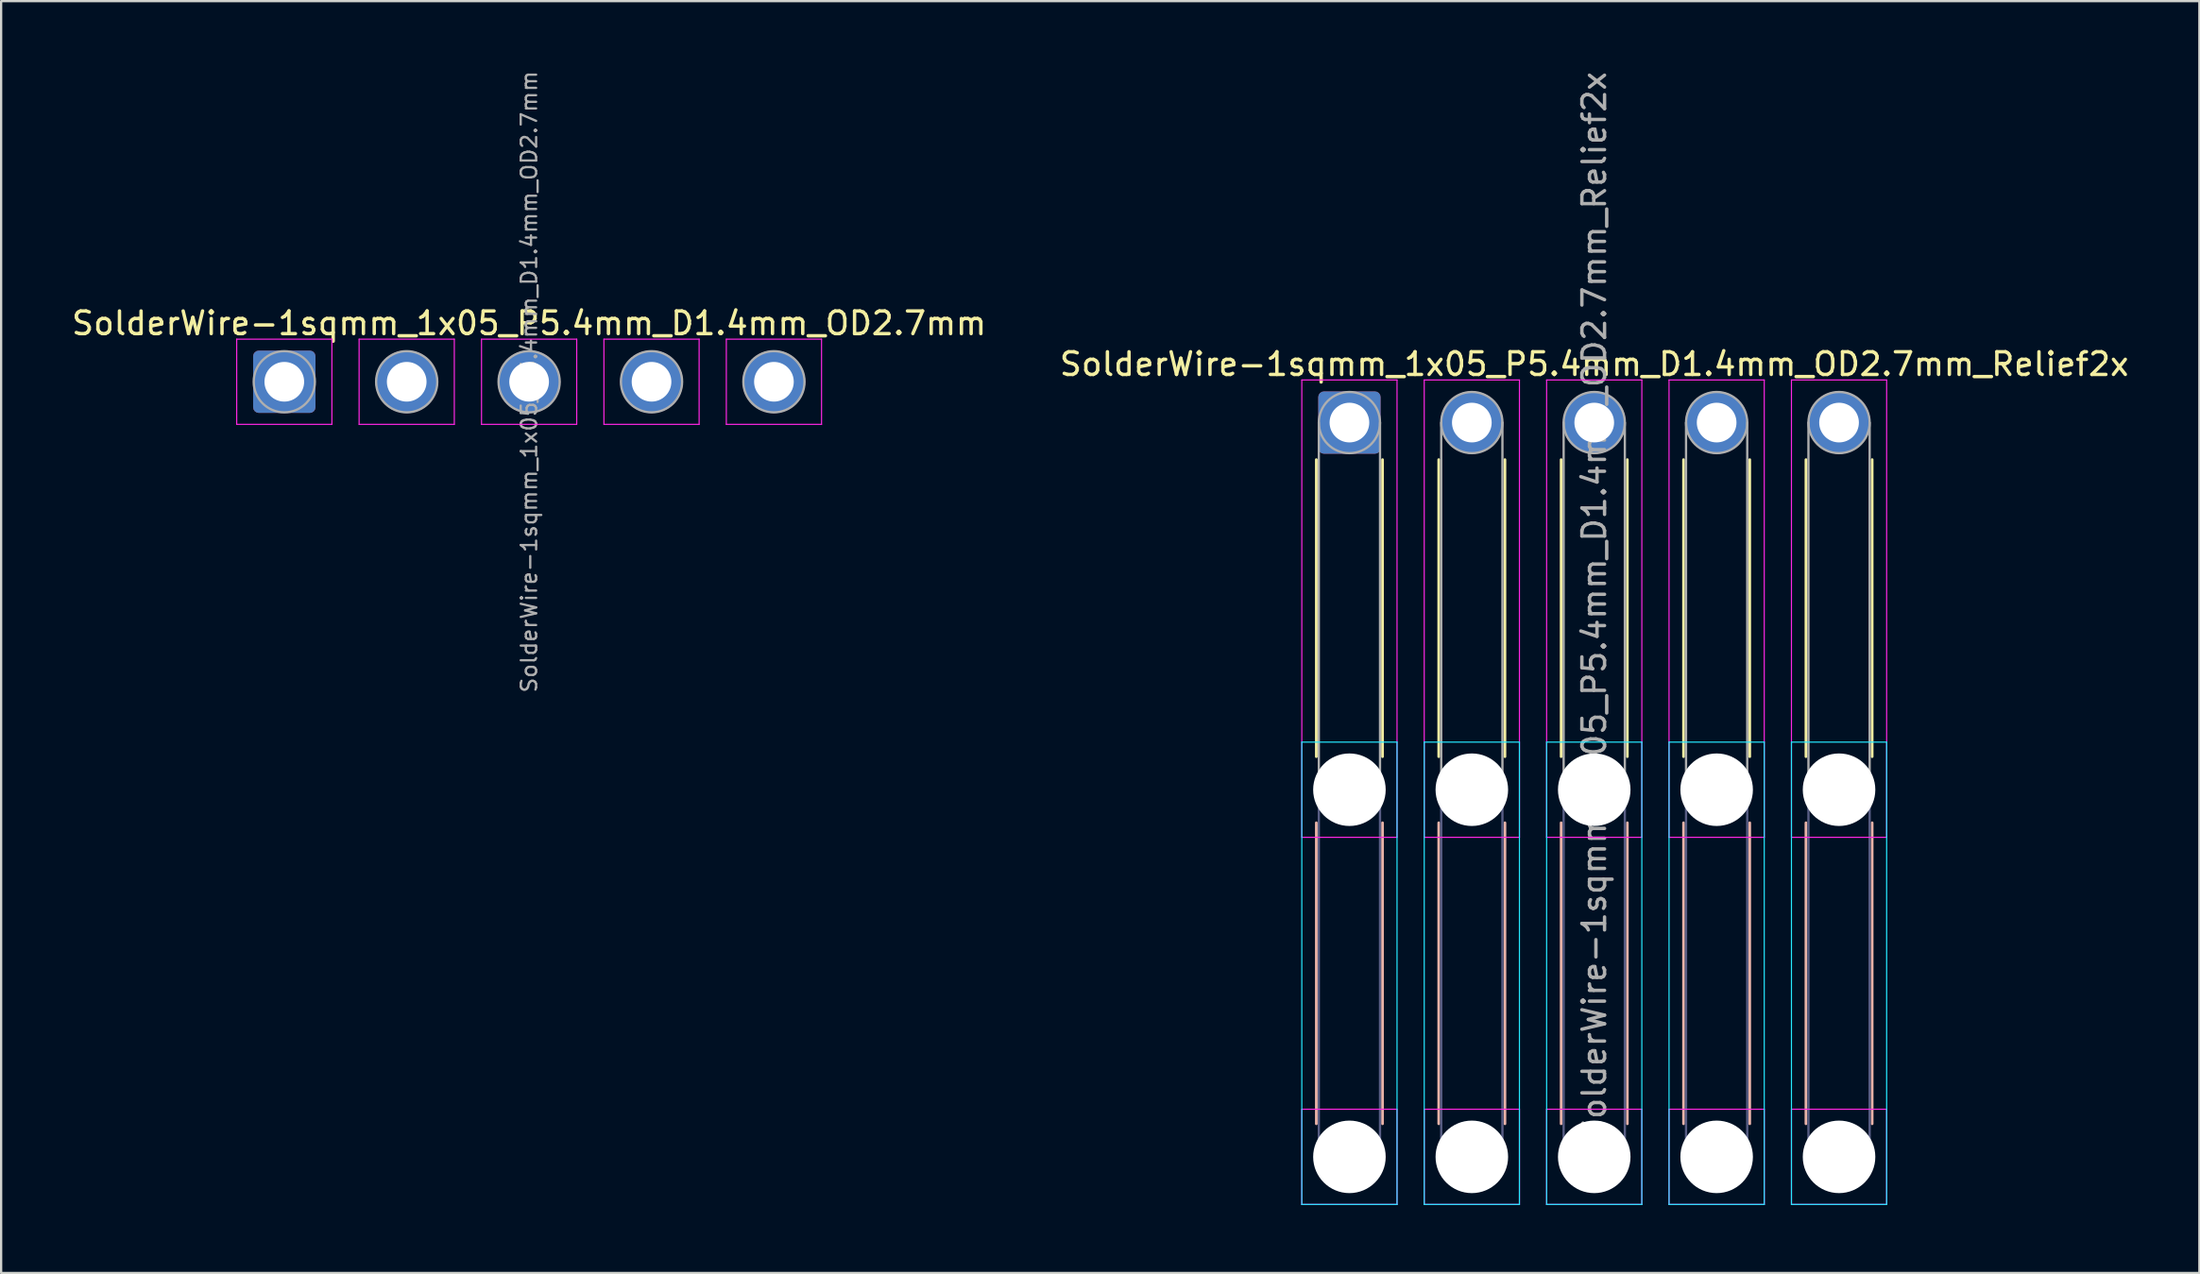
<source format=kicad_pcb>
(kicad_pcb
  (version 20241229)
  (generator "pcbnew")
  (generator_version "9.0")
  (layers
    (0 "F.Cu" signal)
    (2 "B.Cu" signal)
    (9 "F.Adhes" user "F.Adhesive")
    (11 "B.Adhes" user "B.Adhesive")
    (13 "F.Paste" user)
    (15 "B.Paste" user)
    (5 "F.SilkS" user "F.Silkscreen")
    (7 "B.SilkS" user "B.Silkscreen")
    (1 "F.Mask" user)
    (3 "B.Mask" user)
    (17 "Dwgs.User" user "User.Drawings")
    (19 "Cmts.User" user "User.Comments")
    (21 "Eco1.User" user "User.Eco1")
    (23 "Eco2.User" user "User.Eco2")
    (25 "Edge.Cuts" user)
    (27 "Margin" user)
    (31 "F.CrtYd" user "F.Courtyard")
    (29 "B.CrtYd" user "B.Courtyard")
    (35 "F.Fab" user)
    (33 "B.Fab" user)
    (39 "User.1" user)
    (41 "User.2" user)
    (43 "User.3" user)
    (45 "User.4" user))
  (footprint "SolderWire-1sqmm_1x05_P5.4mm_D1.4mm_OD2.7mm_Relief2x"
    (layer "F.Cu")
    (at 56.48 15.596)
    (property "Reference" "SolderWire-1sqmm_1x05_P5.4mm_D1.4mm_OD2.7mm_Relief2x" (at 10.8 -2.58 0) (layer "F.SilkS") (effects (font (size 1 1) (thickness 0.15))))
    (attr exclude_from_pos_files exclude_from_bom)
    (fp_line (start -1.46 1.635) (end -1.46 14.74) (stroke (width 0.12) (type solid)) (layer "F.SilkS"))
    (fp_line (start 1.46 1.635) (end 1.46 14.74) (stroke (width 0.12) (type solid)) (layer "F.SilkS"))
    (fp_line (start 3.94 1.635) (end 3.94 14.74) (stroke (width 0.12) (type solid)) (layer "F.SilkS"))
    (fp_line (start 6.86 1.635) (end 6.86 14.74) (stroke (width 0.12) (type solid)) (layer "F.SilkS"))
    (fp_line (start 9.34 1.635) (end 9.34 14.74) (stroke (width 0.12) (type solid)) (layer "F.SilkS"))
    (fp_line (start 12.26 1.635) (end 12.26 14.74) (stroke (width 0.12) (type solid)) (layer "F.SilkS"))
    (fp_line (start 14.74 1.635) (end 14.74 14.74) (stroke (width 0.12) (type solid)) (layer "F.SilkS"))
    (fp_line (start 17.66 1.635) (end 17.66 14.74) (stroke (width 0.12) (type solid)) (layer "F.SilkS"))
    (fp_line (start 20.14 1.635) (end 20.14 14.74) (stroke (width 0.12) (type solid)) (layer "F.SilkS"))
    (fp_line (start 23.06 1.635) (end 23.06 14.74) (stroke (width 0.12) (type solid)) (layer "F.SilkS"))
    (fp_line (start -1.46 17.66) (end -1.46 30.94) (stroke (width 0.12) (type solid)) (layer "B.SilkS"))
    (fp_line (start 1.46 17.66) (end 1.46 30.94) (stroke (width 0.12) (type solid)) (layer "B.SilkS"))
    (fp_line (start 3.94 17.66) (end 3.94 30.94) (stroke (width 0.12) (type solid)) (layer "B.SilkS"))
    (fp_line (start 6.86 17.66) (end 6.86 30.94) (stroke (width 0.12) (type solid)) (layer "B.SilkS"))
    (fp_line (start 9.34 17.66) (end 9.34 30.94) (stroke (width 0.12) (type solid)) (layer "B.SilkS"))
    (fp_line (start 12.26 17.66) (end 12.26 30.94) (stroke (width 0.12) (type solid)) (layer "B.SilkS"))
    (fp_line (start 14.74 17.66) (end 14.74 30.94) (stroke (width 0.12) (type solid)) (layer "B.SilkS"))
    (fp_line (start 17.66 17.66) (end 17.66 30.94) (stroke (width 0.12) (type solid)) (layer "B.SilkS"))
    (fp_line (start 20.14 17.66) (end 20.14 30.94) (stroke (width 0.12) (type solid)) (layer "B.SilkS"))
    (fp_line (start 23.06 17.66) (end 23.06 30.94) (stroke (width 0.12) (type solid)) (layer "B.SilkS"))
    (fp_line (start -2.1 14.1) (end -2.1 34.5) (stroke (width 0.05) (type solid)) (layer "B.CrtYd"))
    (fp_line (start -2.1 34.5) (end 2.1 34.5) (stroke (width 0.05) (type solid)) (layer "B.CrtYd"))
    (fp_line (start 2.1 14.1) (end -2.1 14.1) (stroke (width 0.05) (type solid)) (layer "B.CrtYd"))
    (fp_line (start 2.1 34.5) (end 2.1 14.1) (stroke (width 0.05) (type solid)) (layer "B.CrtYd"))
    (fp_line (start 3.3 14.1) (end 3.3 34.5) (stroke (width 0.05) (type solid)) (layer "B.CrtYd"))
    (fp_line (start 3.3 34.5) (end 7.5 34.5) (stroke (width 0.05) (type solid)) (layer "B.CrtYd"))
    (fp_line (start 7.5 14.1) (end 3.3 14.1) (stroke (width 0.05) (type solid)) (layer "B.CrtYd"))
    (fp_line (start 7.5 34.5) (end 7.5 14.1) (stroke (width 0.05) (type solid)) (layer "B.CrtYd"))
    (fp_line (start 8.7 14.1) (end 8.7 34.5) (stroke (width 0.05) (type solid)) (layer "B.CrtYd"))
    (fp_line (start 8.7 34.5) (end 12.9 34.5) (stroke (width 0.05) (type solid)) (layer "B.CrtYd"))
    (fp_line (start 12.9 14.1) (end 8.7 14.1) (stroke (width 0.05) (type solid)) (layer "B.CrtYd"))
    (fp_line (start 12.9 34.5) (end 12.9 14.1) (stroke (width 0.05) (type solid)) (layer "B.CrtYd"))
    (fp_line (start 14.1 14.1) (end 14.1 34.5) (stroke (width 0.05) (type solid)) (layer "B.CrtYd"))
    (fp_line (start 14.1 34.5) (end 18.3 34.5) (stroke (width 0.05) (type solid)) (layer "B.CrtYd"))
    (fp_line (start 18.3 14.1) (end 14.1 14.1) (stroke (width 0.05) (type solid)) (layer "B.CrtYd"))
    (fp_line (start 18.3 34.5) (end 18.3 14.1) (stroke (width 0.05) (type solid)) (layer "B.CrtYd"))
    (fp_line (start 19.5 14.1) (end 19.5 34.5) (stroke (width 0.05) (type solid)) (layer "B.CrtYd"))
    (fp_line (start 19.5 34.5) (end 23.7 34.5) (stroke (width 0.05) (type solid)) (layer "B.CrtYd"))
    (fp_line (start 23.7 14.1) (end 19.5 14.1) (stroke (width 0.05) (type solid)) (layer "B.CrtYd"))
    (fp_line (start 23.7 34.5) (end 23.7 14.1) (stroke (width 0.05) (type solid)) (layer "B.CrtYd"))
    (fp_line (start -2.1 -1.88) (end -2.1 18.3) (stroke (width 0.05) (type solid)) (layer "F.CrtYd"))
    (fp_line (start -2.1 18.3) (end 2.1 18.3) (stroke (width 0.05) (type solid)) (layer "F.CrtYd"))
    (fp_line (start -2.1 30.3) (end -2.1 34.5) (stroke (width 0.05) (type solid)) (layer "F.CrtYd"))
    (fp_line (start -2.1 34.5) (end 2.1 34.5) (stroke (width 0.05) (type solid)) (layer "F.CrtYd"))
    (fp_line (start 2.1 -1.88) (end -2.1 -1.88) (stroke (width 0.05) (type solid)) (layer "F.CrtYd"))
    (fp_line (start 2.1 18.3) (end 2.1 -1.88) (stroke (width 0.05) (type solid)) (layer "F.CrtYd"))
    (fp_line (start 2.1 30.3) (end -2.1 30.3) (stroke (width 0.05) (type solid)) (layer "F.CrtYd"))
    (fp_line (start 2.1 34.5) (end 2.1 30.3) (stroke (width 0.05) (type solid)) (layer "F.CrtYd"))
    (fp_line (start 3.3 -1.88) (end 3.3 18.3) (stroke (width 0.05) (type solid)) (layer "F.CrtYd"))
    (fp_line (start 3.3 18.3) (end 7.5 18.3) (stroke (width 0.05) (type solid)) (layer "F.CrtYd"))
    (fp_line (start 3.3 30.3) (end 3.3 34.5) (stroke (width 0.05) (type solid)) (layer "F.CrtYd"))
    (fp_line (start 3.3 34.5) (end 7.5 34.5) (stroke (width 0.05) (type solid)) (layer "F.CrtYd"))
    (fp_line (start 7.5 -1.88) (end 3.3 -1.88) (stroke (width 0.05) (type solid)) (layer "F.CrtYd"))
    (fp_line (start 7.5 18.3) (end 7.5 -1.88) (stroke (width 0.05) (type solid)) (layer "F.CrtYd"))
    (fp_line (start 7.5 30.3) (end 3.3 30.3) (stroke (width 0.05) (type solid)) (layer "F.CrtYd"))
    (fp_line (start 7.5 34.5) (end 7.5 30.3) (stroke (width 0.05) (type solid)) (layer "F.CrtYd"))
    (fp_line (start 8.7 -1.88) (end 8.7 18.3) (stroke (width 0.05) (type solid)) (layer "F.CrtYd"))
    (fp_line (start 8.7 18.3) (end 12.9 18.3) (stroke (width 0.05) (type solid)) (layer "F.CrtYd"))
    (fp_line (start 8.7 30.3) (end 8.7 34.5) (stroke (width 0.05) (type solid)) (layer "F.CrtYd"))
    (fp_line (start 8.7 34.5) (end 12.9 34.5) (stroke (width 0.05) (type solid)) (layer "F.CrtYd"))
    (fp_line (start 12.9 -1.88) (end 8.7 -1.88) (stroke (width 0.05) (type solid)) (layer "F.CrtYd"))
    (fp_line (start 12.9 18.3) (end 12.9 -1.88) (stroke (width 0.05) (type solid)) (layer "F.CrtYd"))
    (fp_line (start 12.9 30.3) (end 8.7 30.3) (stroke (width 0.05) (type solid)) (layer "F.CrtYd"))
    (fp_line (start 12.9 34.5) (end 12.9 30.3) (stroke (width 0.05) (type solid)) (layer "F.CrtYd"))
    (fp_line (start 14.1 -1.88) (end 14.1 18.3) (stroke (width 0.05) (type solid)) (layer "F.CrtYd"))
    (fp_line (start 14.1 18.3) (end 18.3 18.3) (stroke (width 0.05) (type solid)) (layer "F.CrtYd"))
    (fp_line (start 14.1 30.3) (end 14.1 34.5) (stroke (width 0.05) (type solid)) (layer "F.CrtYd"))
    (fp_line (start 14.1 34.5) (end 18.3 34.5) (stroke (width 0.05) (type solid)) (layer "F.CrtYd"))
    (fp_line (start 18.3 -1.88) (end 14.1 -1.88) (stroke (width 0.05) (type solid)) (layer "F.CrtYd"))
    (fp_line (start 18.3 18.3) (end 18.3 -1.88) (stroke (width 0.05) (type solid)) (layer "F.CrtYd"))
    (fp_line (start 18.3 30.3) (end 14.1 30.3) (stroke (width 0.05) (type solid)) (layer "F.CrtYd"))
    (fp_line (start 18.3 34.5) (end 18.3 30.3) (stroke (width 0.05) (type solid)) (layer "F.CrtYd"))
    (fp_line (start 19.5 -1.88) (end 19.5 18.3) (stroke (width 0.05) (type solid)) (layer "F.CrtYd"))
    (fp_line (start 19.5 18.3) (end 23.7 18.3) (stroke (width 0.05) (type solid)) (layer "F.CrtYd"))
    (fp_line (start 19.5 30.3) (end 19.5 34.5) (stroke (width 0.05) (type solid)) (layer "F.CrtYd"))
    (fp_line (start 19.5 34.5) (end 23.7 34.5) (stroke (width 0.05) (type solid)) (layer "F.CrtYd"))
    (fp_line (start 23.7 -1.88) (end 19.5 -1.88) (stroke (width 0.05) (type solid)) (layer "F.CrtYd"))
    (fp_line (start 23.7 18.3) (end 23.7 -1.88) (stroke (width 0.05) (type solid)) (layer "F.CrtYd"))
    (fp_line (start 23.7 30.3) (end 19.5 30.3) (stroke (width 0.05) (type solid)) (layer "F.CrtYd"))
    (fp_line (start 23.7 34.5) (end 23.7 30.3) (stroke (width 0.05) (type solid)) (layer "F.CrtYd"))
    (fp_line (start -1.35 16.2) (end -1.35 32.4) (stroke (width 0.1) (type solid)) (layer "B.Fab"))
    (fp_line (start 1.35 16.2) (end 1.35 32.4) (stroke (width 0.1) (type solid)) (layer "B.Fab"))
    (fp_line (start 4.05 16.2) (end 4.05 32.4) (stroke (width 0.1) (type solid)) (layer "B.Fab"))
    (fp_line (start 6.75 16.2) (end 6.75 32.4) (stroke (width 0.1) (type solid)) (layer "B.Fab"))
    (fp_line (start 9.45 16.2) (end 9.45 32.4) (stroke (width 0.1) (type solid)) (layer "B.Fab"))
    (fp_line (start 12.15 16.2) (end 12.15 32.4) (stroke (width 0.1) (type solid)) (layer "B.Fab"))
    (fp_line (start 14.85 16.2) (end 14.85 32.4) (stroke (width 0.1) (type solid)) (layer "B.Fab"))
    (fp_line (start 17.55 16.2) (end 17.55 32.4) (stroke (width 0.1) (type solid)) (layer "B.Fab"))
    (fp_line (start 20.25 16.2) (end 20.25 32.4) (stroke (width 0.1) (type solid)) (layer "B.Fab"))
    (fp_line (start 22.95 16.2) (end 22.95 32.4) (stroke (width 0.1) (type solid)) (layer "B.Fab"))
    (fp_circle (center 0 16.2) (end 1.35 16.2) (stroke (width 0.1) (type solid)) (fill no) (layer "B.Fab"))
    (fp_circle (center 0 32.4) (end 1.35 32.4) (stroke (width 0.1) (type solid)) (fill no) (layer "B.Fab"))
    (fp_circle (center 5.4 16.2) (end 6.75 16.2) (stroke (width 0.1) (type solid)) (fill no) (layer "B.Fab"))
    (fp_circle (center 5.4 32.4) (end 6.75 32.4) (stroke (width 0.1) (type solid)) (fill no) (layer "B.Fab"))
    (fp_circle (center 10.8 16.2) (end 12.15 16.2) (stroke (width 0.1) (type solid)) (fill no) (layer "B.Fab"))
    (fp_circle (center 10.8 32.4) (end 12.15 32.4) (stroke (width 0.1) (type solid)) (fill no) (layer "B.Fab"))
    (fp_circle (center 16.2 16.2) (end 17.55 16.2) (stroke (width 0.1) (type solid)) (fill no) (layer "B.Fab"))
    (fp_circle (center 16.2 32.4) (end 17.55 32.4) (stroke (width 0.1) (type solid)) (fill no) (layer "B.Fab"))
    (fp_circle (center 21.6 16.2) (end 22.95 16.2) (stroke (width 0.1) (type solid)) (fill no) (layer "B.Fab"))
    (fp_circle (center 21.6 32.4) (end 22.95 32.4) (stroke (width 0.1) (type solid)) (fill no) (layer "B.Fab"))
    (fp_line (start -1.35 0) (end -1.35 16.2) (stroke (width 0.1) (type solid)) (layer "F.Fab"))
    (fp_line (start 1.35 0) (end 1.35 16.2) (stroke (width 0.1) (type solid)) (layer "F.Fab"))
    (fp_line (start 4.05 0) (end 4.05 16.2) (stroke (width 0.1) (type solid)) (layer "F.Fab"))
    (fp_line (start 6.75 0) (end 6.75 16.2) (stroke (width 0.1) (type solid)) (layer "F.Fab"))
    (fp_line (start 9.45 0) (end 9.45 16.2) (stroke (width 0.1) (type solid)) (layer "F.Fab"))
    (fp_line (start 12.15 0) (end 12.15 16.2) (stroke (width 0.1) (type solid)) (layer "F.Fab"))
    (fp_line (start 14.85 0) (end 14.85 16.2) (stroke (width 0.1) (type solid)) (layer "F.Fab"))
    (fp_line (start 17.55 0) (end 17.55 16.2) (stroke (width 0.1) (type solid)) (layer "F.Fab"))
    (fp_line (start 20.25 0) (end 20.25 16.2) (stroke (width 0.1) (type solid)) (layer "F.Fab"))
    (fp_line (start 22.95 0) (end 22.95 16.2) (stroke (width 0.1) (type solid)) (layer "F.Fab"))
    (fp_circle (center 0 0) (end 1.35 0) (stroke (width 0.1) (type solid)) (fill no) (layer "F.Fab"))
    (fp_circle (center 0 16.2) (end 1.35 16.2) (stroke (width 0.1) (type solid)) (fill no) (layer "F.Fab"))
    (fp_circle (center 0 32.4) (end 1.35 32.4) (stroke (width 0.1) (type solid)) (fill no) (layer "F.Fab"))
    (fp_circle (center 5.4 0) (end 6.75 0) (stroke (width 0.1) (type solid)) (fill no) (layer "F.Fab"))
    (fp_circle (center 5.4 16.2) (end 6.75 16.2) (stroke (width 0.1) (type solid)) (fill no) (layer "F.Fab"))
    (fp_circle (center 5.4 32.4) (end 6.75 32.4) (stroke (width 0.1) (type solid)) (fill no) (layer "F.Fab"))
    (fp_circle (center 10.8 0) (end 12.15 0) (stroke (width 0.1) (type solid)) (fill no) (layer "F.Fab"))
    (fp_circle (center 10.8 16.2) (end 12.15 16.2) (stroke (width 0.1) (type solid)) (fill no) (layer "F.Fab"))
    (fp_circle (center 10.8 32.4) (end 12.15 32.4) (stroke (width 0.1) (type solid)) (fill no) (layer "F.Fab"))
    (fp_circle (center 16.2 0) (end 17.55 0) (stroke (width 0.1) (type solid)) (fill no) (layer "F.Fab"))
    (fp_circle (center 16.2 16.2) (end 17.55 16.2) (stroke (width 0.1) (type solid)) (fill no) (layer "F.Fab"))
    (fp_circle (center 16.2 32.4) (end 17.55 32.4) (stroke (width 0.1) (type solid)) (fill no) (layer "F.Fab"))
    (fp_circle (center 21.6 0) (end 22.95 0) (stroke (width 0.1) (type solid)) (fill no) (layer "F.Fab"))
    (fp_circle (center 21.6 16.2) (end 22.95 16.2) (stroke (width 0.1) (type solid)) (fill no) (layer "F.Fab"))
    (fp_circle (center 21.6 32.4) (end 22.95 32.4) (stroke (width 0.1) (type solid)) (fill no) (layer "F.Fab"))
    (fp_text user "${REFERENCE}" (at 10.8 8.1 90) (layer "F.Fab") (effects (font (size 1 1) (thickness 0.15))))
    (pad "" np_thru_hole circle (at 0 16.2) (size 3.2 3.2) (drill 3.2) (layers "*.Cu" "*.Mask"))
    (pad "" np_thru_hole circle (at 0 32.4) (size 3.2 3.2) (drill 3.2) (layers "*.Cu" "*.Mask"))
    (pad "" np_thru_hole circle (at 5.4 16.2) (size 3.2 3.2) (drill 3.2) (layers "*.Cu" "*.Mask"))
    (pad "" np_thru_hole circle (at 5.4 32.4) (size 3.2 3.2) (drill 3.2) (layers "*.Cu" "*.Mask"))
    (pad "" np_thru_hole circle (at 10.8 16.2) (size 3.2 3.2) (drill 3.2) (layers "*.Cu" "*.Mask"))
    (pad "" np_thru_hole circle (at 10.8 32.4) (size 3.2 3.2) (drill 3.2) (layers "*.Cu" "*.Mask"))
    (pad "" np_thru_hole circle (at 16.2 16.2) (size 3.2 3.2) (drill 3.2) (layers "*.Cu" "*.Mask"))
    (pad "" np_thru_hole circle (at 16.2 32.4) (size 3.2 3.2) (drill 3.2) (layers "*.Cu" "*.Mask"))
    (pad "" np_thru_hole circle (at 21.6 16.2) (size 3.2 3.2) (drill 3.2) (layers "*.Cu" "*.Mask"))
    (pad "" np_thru_hole circle (at 21.6 32.4) (size 3.2 3.2) (drill 3.2) (layers "*.Cu" "*.Mask"))
    (pad "1" thru_hole roundrect (at 0 0) (size 2.75 2.75) (drill 1.75) (layers "*.Cu" "*.Mask") (roundrect_rratio 0.091))
    (pad "2" thru_hole circle (at 5.4 0) (size 2.75 2.75) (drill 1.75) (layers "*.Cu" "*.Mask"))
    (pad "3" thru_hole circle (at 10.8 0) (size 2.75 2.75) (drill 1.75) (layers "*.Cu" "*.Mask"))
    (pad "4" thru_hole circle (at 16.2 0) (size 2.75 2.75) (drill 1.75) (layers "*.Cu" "*.Mask"))
    (pad "5" thru_hole circle (at 21.6 0) (size 2.75 2.75) (drill 1.75) (layers "*.Cu" "*.Mask")))
  (footprint "SolderWire-1sqmm_1x05_P5.4mm_D1.4mm_OD2.7mm"
    (layer "F.Cu")
    (at 9.492 13.795)
    (property "Reference" "SolderWire-1sqmm_1x05_P5.4mm_D1.4mm_OD2.7mm" (at 10.8 -2.58 0) (layer "F.SilkS") (effects (font (size 1 1) (thickness 0.15))))
    (attr exclude_from_pos_files exclude_from_bom)
    (fp_line (start -2.1 -1.88) (end -2.1 1.88) (stroke (width 0.05) (type solid)) (layer "F.CrtYd"))
    (fp_line (start -2.1 1.88) (end 2.1 1.88) (stroke (width 0.05) (type solid)) (layer "F.CrtYd"))
    (fp_line (start 2.1 -1.88) (end -2.1 -1.88) (stroke (width 0.05) (type solid)) (layer "F.CrtYd"))
    (fp_line (start 2.1 1.88) (end 2.1 -1.88) (stroke (width 0.05) (type solid)) (layer "F.CrtYd"))
    (fp_line (start 3.3 -1.88) (end 3.3 1.88) (stroke (width 0.05) (type solid)) (layer "F.CrtYd"))
    (fp_line (start 3.3 1.88) (end 7.5 1.88) (stroke (width 0.05) (type solid)) (layer "F.CrtYd"))
    (fp_line (start 7.5 -1.88) (end 3.3 -1.88) (stroke (width 0.05) (type solid)) (layer "F.CrtYd"))
    (fp_line (start 7.5 1.88) (end 7.5 -1.88) (stroke (width 0.05) (type solid)) (layer "F.CrtYd"))
    (fp_line (start 8.7 -1.88) (end 8.7 1.88) (stroke (width 0.05) (type solid)) (layer "F.CrtYd"))
    (fp_line (start 8.7 1.88) (end 12.9 1.88) (stroke (width 0.05) (type solid)) (layer "F.CrtYd"))
    (fp_line (start 12.9 -1.88) (end 8.7 -1.88) (stroke (width 0.05) (type solid)) (layer "F.CrtYd"))
    (fp_line (start 12.9 1.88) (end 12.9 -1.88) (stroke (width 0.05) (type solid)) (layer "F.CrtYd"))
    (fp_line (start 14.1 -1.88) (end 14.1 1.88) (stroke (width 0.05) (type solid)) (layer "F.CrtYd"))
    (fp_line (start 14.1 1.88) (end 18.3 1.88) (stroke (width 0.05) (type solid)) (layer "F.CrtYd"))
    (fp_line (start 18.3 -1.88) (end 14.1 -1.88) (stroke (width 0.05) (type solid)) (layer "F.CrtYd"))
    (fp_line (start 18.3 1.88) (end 18.3 -1.88) (stroke (width 0.05) (type solid)) (layer "F.CrtYd"))
    (fp_line (start 19.5 -1.88) (end 19.5 1.88) (stroke (width 0.05) (type solid)) (layer "F.CrtYd"))
    (fp_line (start 19.5 1.88) (end 23.7 1.88) (stroke (width 0.05) (type solid)) (layer "F.CrtYd"))
    (fp_line (start 23.7 -1.88) (end 19.5 -1.88) (stroke (width 0.05) (type solid)) (layer "F.CrtYd"))
    (fp_line (start 23.7 1.88) (end 23.7 -1.88) (stroke (width 0.05) (type solid)) (layer "F.CrtYd"))
    (fp_circle (center 0 0) (end 1.35 0) (stroke (width 0.1) (type solid)) (fill no) (layer "F.Fab"))
    (fp_circle (center 5.4 0) (end 6.75 0) (stroke (width 0.1) (type solid)) (fill no) (layer "F.Fab"))
    (fp_circle (center 10.8 0) (end 12.15 0) (stroke (width 0.1) (type solid)) (fill no) (layer "F.Fab"))
    (fp_circle (center 16.2 0) (end 17.55 0) (stroke (width 0.1) (type solid)) (fill no) (layer "F.Fab"))
    (fp_circle (center 21.6 0) (end 22.95 0) (stroke (width 0.1) (type solid)) (fill no) (layer "F.Fab"))
    (fp_text user "${REFERENCE}" (at 10.8 0 90) (layer "F.Fab") (effects (font (size 0.68 0.68) (thickness 0.1))))
    (pad "1" thru_hole roundrect (at 0 0) (size 2.75 2.75) (drill 1.75) (layers "*.Cu" "*.Mask") (roundrect_rratio 0.091))
    (pad "2" thru_hole circle (at 5.4 0) (size 2.75 2.75) (drill 1.75) (layers "*.Cu" "*.Mask"))
    (pad "3" thru_hole circle (at 10.8 0) (size 2.75 2.75) (drill 1.75) (layers "*.Cu" "*.Mask"))
    (pad "4" thru_hole circle (at 16.2 0) (size 2.75 2.75) (drill 1.75) (layers "*.Cu" "*.Mask"))
    (pad "5" thru_hole circle (at 21.6 0) (size 2.75 2.75) (drill 1.75) (layers "*.Cu" "*.Mask")))
  (gr_rect
    (start -3 -3)
    (end 93.976 53.121)
    (stroke (width 0.1) (type default))
    (fill no)
    (layer "Edge.Cuts")))
</source>
